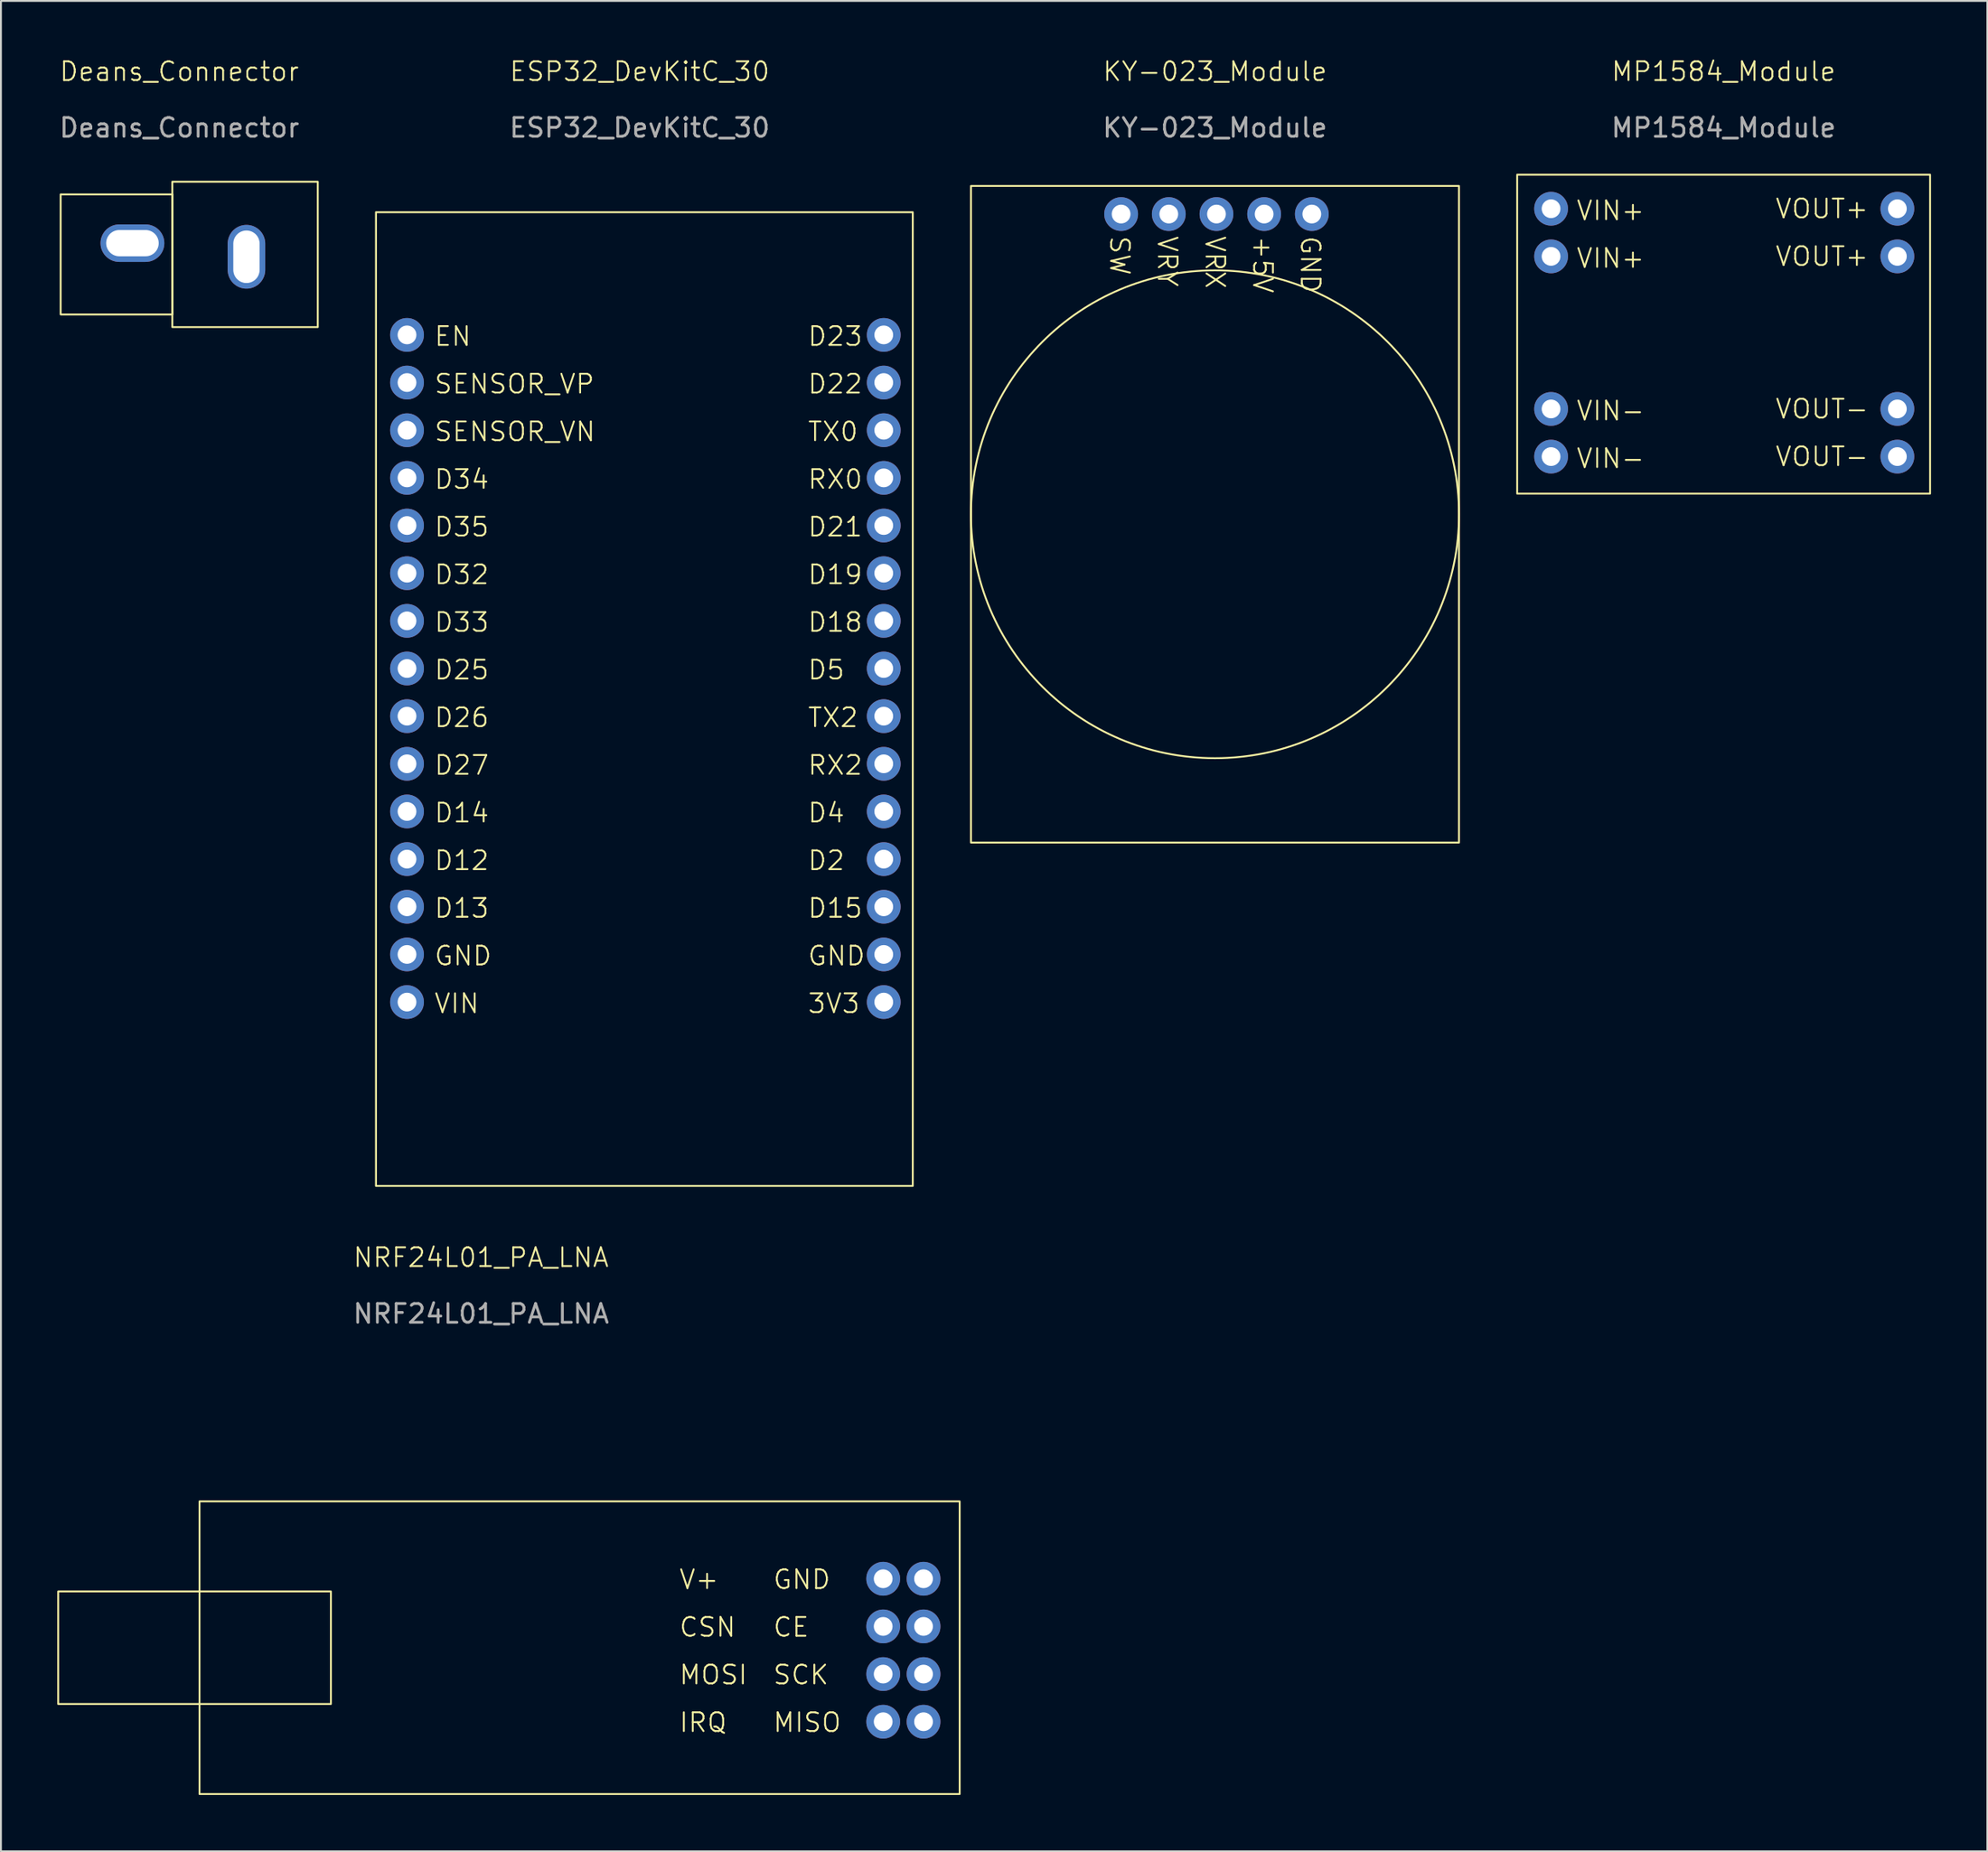
<source format=kicad_pcb>
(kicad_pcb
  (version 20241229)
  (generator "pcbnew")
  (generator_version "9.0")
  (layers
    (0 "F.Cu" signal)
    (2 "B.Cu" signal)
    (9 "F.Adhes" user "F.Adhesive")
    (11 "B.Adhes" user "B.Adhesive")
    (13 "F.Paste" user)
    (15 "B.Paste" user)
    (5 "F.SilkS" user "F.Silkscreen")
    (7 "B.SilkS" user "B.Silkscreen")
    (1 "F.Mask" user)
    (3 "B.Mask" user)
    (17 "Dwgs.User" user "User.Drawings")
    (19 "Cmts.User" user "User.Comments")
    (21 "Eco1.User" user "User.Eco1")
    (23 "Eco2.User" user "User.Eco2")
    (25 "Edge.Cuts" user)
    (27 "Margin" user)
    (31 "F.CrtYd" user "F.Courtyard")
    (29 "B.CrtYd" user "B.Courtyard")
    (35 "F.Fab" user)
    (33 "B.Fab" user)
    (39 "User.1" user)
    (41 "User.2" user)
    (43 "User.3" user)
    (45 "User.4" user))
  (footprint "MP1584_Module"
    (layer "F.Cu")
    (at 88.783 1.26)
    (property "Reference" "MP1584_Module" (at 0 -0.5 0) (unlocked yes) (layer "F.SilkS") (effects (font (size 1 1) (thickness 0.1))))
    (attr smd)
    (fp_rect (start -11 5) (end 11 22) (stroke (width 0.1) (type solid)) (fill no) (layer "F.SilkS"))
    (fp_text user "VIN-" (at -7.9 20.71 0) (unlocked yes) (layer "F.SilkS") (effects (font (size 1 1) (thickness 0.1)) (justify left bottom)))
    (fp_text user "VOUT-" (at 2.7 18.07 0) (unlocked yes) (layer "F.SilkS") (effects (font (size 1 1) (thickness 0.1)) (justify left bottom)))
    (fp_text user "VOUT+" (at 2.7 9.94 0) (unlocked yes) (layer "F.SilkS") (effects (font (size 1 1) (thickness 0.1)) (justify left bottom)))
    (fp_text user "VIN+" (at -7.9 7.5 0) (unlocked yes) (layer "F.SilkS") (effects (font (size 1 1) (thickness 0.1)) (justify left bottom)))
    (fp_text user "VIN+" (at -7.9 10.04 0) (unlocked yes) (layer "F.SilkS") (effects (font (size 1 1) (thickness 0.1)) (justify left bottom)))
    (fp_text user "VOUT+" (at 2.7 7.4 0) (unlocked yes) (layer "F.SilkS") (effects (font (size 1 1) (thickness 0.1)) (justify left bottom)))
    (fp_text user "VOUT-" (at 2.7 20.61 0) (unlocked yes) (layer "F.SilkS") (effects (font (size 1 1) (thickness 0.1)) (justify left bottom)))
    (fp_text user "VIN-" (at -7.9 18.17 0) (unlocked yes) (layer "F.SilkS") (effects (font (size 1 1) (thickness 0.1)) (justify left bottom)))
    (fp_text user "${REFERENCE}" (at 0 2.5 0) (unlocked yes) (layer "F.Fab") (effects (font (size 1 1) (thickness 0.15))))
    (pad "1" thru_hole circle (at -9.194 6.815) (size 1.8 1.8) (drill 1) (layers "*.Cu" "*.Mask"))
    (pad "2" thru_hole circle (at -9.194 9.355) (size 1.8 1.8) (drill 1) (layers "*.Cu" "*.Mask"))
    (pad "3" thru_hole circle (at -9.194 17.486) (size 1.8 1.8) (drill 1) (layers "*.Cu" "*.Mask"))
    (pad "4" thru_hole circle (at -9.194 20.026) (size 1.8 1.8) (drill 1) (layers "*.Cu" "*.Mask"))
    (pad "5" thru_hole circle (at 9.256 6.815) (size 1.8 1.8) (drill 1) (layers "*.Cu" "*.Mask"))
    (pad "6" thru_hole circle (at 9.256 9.355) (size 1.8 1.8) (drill 1) (layers "*.Cu" "*.Mask"))
    (pad "7" thru_hole circle (at 9.256 17.486) (size 1.8 1.8) (drill 1) (layers "*.Cu" "*.Mask"))
    (pad "8" thru_hole circle (at 9.256 20.026) (size 1.8 1.8) (drill 1) (layers "*.Cu" "*.Mask")))
  (footprint "ESP32_DevKitC_30"
    (layer "F.Cu")
    (at 31.031 1.26)
    (property "Reference" "ESP32_DevKitC_30" (at 0 -0.5 0) (unlocked yes) (layer "F.SilkS") (effects (font (size 1 1) (thickness 0.1))))
    (attr smd)
    (fp_rect (start -14.05 7) (end 14.55 58.9) (stroke (width 0.1) (type default)) (fill no) (layer "F.SilkS"))
    (fp_text user "D34" (at -11 21.82 0) (unlocked yes) (layer "F.SilkS") (effects (font (size 1 1) (thickness 0.1)) (justify left bottom)))
    (fp_text user "D19" (at 8.9 26.9 0) (unlocked yes) (layer "F.SilkS") (effects (font (size 1 1) (thickness 0.1)) (justify left bottom)))
    (fp_text user "D23" (at 8.9 14.2 0) (unlocked yes) (layer "F.SilkS") (effects (font (size 1 1) (thickness 0.1)) (justify left bottom)))
    (fp_text user "D26" (at -11 34.52 0) (unlocked yes) (layer "F.SilkS") (effects (font (size 1 1) (thickness 0.1)) (justify left bottom)))
    (fp_text user "D2" (at 8.9 42.14 0) (unlocked yes) (layer "F.SilkS") (effects (font (size 1 1) (thickness 0.1)) (justify left bottom)))
    (fp_text user "D33" (at -11 29.44 0) (unlocked yes) (layer "F.SilkS") (effects (font (size 1 1) (thickness 0.1)) (justify left bottom)))
    (fp_text user "RX0" (at 8.9 21.82 0) (unlocked yes) (layer "F.SilkS") (effects (font (size 1 1) (thickness 0.1)) (justify left bottom)))
    (fp_text user "D5" (at 8.9 31.98 0) (unlocked yes) (layer "F.SilkS") (effects (font (size 1 1) (thickness 0.1)) (justify left bottom)))
    (fp_text user "SENSOR_VN" (at -11 19.28 0) (unlocked yes) (layer "F.SilkS") (effects (font (size 1 1) (thickness 0.1)) (justify left bottom)))
    (fp_text user "GND" (at 8.9 47.22 0) (unlocked yes) (layer "F.SilkS") (effects (font (size 1 1) (thickness 0.1)) (justify left bottom)))
    (fp_text user "D27" (at -11 37.06 0) (unlocked yes) (layer "F.SilkS") (effects (font (size 1 1) (thickness 0.1)) (justify left bottom)))
    (fp_text user "D25" (at -11 31.98 0) (unlocked yes) (layer "F.SilkS") (effects (font (size 1 1) (thickness 0.1)) (justify left bottom)))
    (fp_text user "D4" (at 8.9 39.6 0) (unlocked yes) (layer "F.SilkS") (effects (font (size 1 1) (thickness 0.1)) (justify left bottom)))
    (fp_text user "VIN" (at -11 49.76 0) (unlocked yes) (layer "F.SilkS") (effects (font (size 1 1) (thickness 0.1)) (justify left bottom)))
    (fp_text user "TX0" (at 8.9 19.28 0) (unlocked yes) (layer "F.SilkS") (effects (font (size 1 1) (thickness 0.1)) (justify left bottom)))
    (fp_text user "TX2" (at 8.9 34.52 0) (unlocked yes) (layer "F.SilkS") (effects (font (size 1 1) (thickness 0.1)) (justify left bottom)))
    (fp_text user "D14" (at -11 39.6 0) (unlocked yes) (layer "F.SilkS") (effects (font (size 1 1) (thickness 0.1)) (justify left bottom)))
    (fp_text user "RX2" (at 8.9 37.06 0) (unlocked yes) (layer "F.SilkS") (effects (font (size 1 1) (thickness 0.1)) (justify left bottom)))
    (fp_text user "D35" (at -11 24.36 0) (unlocked yes) (layer "F.SilkS") (effects (font (size 1 1) (thickness 0.1)) (justify left bottom)))
    (fp_text user "3V3" (at 8.9 49.76 0) (unlocked yes) (layer "F.SilkS") (effects (font (size 1 1) (thickness 0.1)) (justify left bottom)))
    (fp_text user "D32" (at -11 26.9 0) (unlocked yes) (layer "F.SilkS") (effects (font (size 1 1) (thickness 0.1)) (justify left bottom)))
    (fp_text user "D15" (at 8.9 44.68 0) (unlocked yes) (layer "F.SilkS") (effects (font (size 1 1) (thickness 0.1)) (justify left bottom)))
    (fp_text user "D13" (at -11 44.68 0) (unlocked yes) (layer "F.SilkS") (effects (font (size 1 1) (thickness 0.1)) (justify left bottom)))
    (fp_text user "D12" (at -11 42.14 0) (unlocked yes) (layer "F.SilkS") (effects (font (size 1 1) (thickness 0.1)) (justify left bottom)))
    (fp_text user "D22" (at 8.9 16.74 0) (unlocked yes) (layer "F.SilkS") (effects (font (size 1 1) (thickness 0.1)) (justify left bottom)))
    (fp_text user "D18" (at 8.9 29.44 0) (unlocked yes) (layer "F.SilkS") (effects (font (size 1 1) (thickness 0.1)) (justify left bottom)))
    (fp_text user "EN" (at -11 14.2 0) (unlocked yes) (layer "F.SilkS") (effects (font (size 1 1) (thickness 0.1)) (justify left bottom)))
    (fp_text user "SENSOR_VP" (at -11 16.74 0) (unlocked yes) (layer "F.SilkS") (effects (font (size 1 1) (thickness 0.1)) (justify left bottom)))
    (fp_text user "D21" (at 8.9 24.36 0) (unlocked yes) (layer "F.SilkS") (effects (font (size 1 1) (thickness 0.1)) (justify left bottom)))
    (fp_text user "GND" (at -11 47.22 0) (unlocked yes) (layer "F.SilkS") (effects (font (size 1 1) (thickness 0.1)) (justify left bottom)))
    (fp_text user "${REFERENCE}" (at 0 2.5 0) (unlocked yes) (layer "F.Fab") (effects (font (size 1 1) (thickness 0.15))))
    (pad "1" thru_hole circle (at -12.396 13.54) (size 1.8 1.8) (drill 1) (layers "*.Cu" "*.Mask"))
    (pad "2" thru_hole circle (at -12.396 16.08) (size 1.8 1.8) (drill 1) (layers "*.Cu" "*.Mask"))
    (pad "3" thru_hole circle (at -12.396 18.62) (size 1.8 1.8) (drill 1) (layers "*.Cu" "*.Mask"))
    (pad "4" thru_hole circle (at -12.396 21.16) (size 1.8 1.8) (drill 1) (layers "*.Cu" "*.Mask"))
    (pad "5" thru_hole circle (at -12.396 23.7) (size 1.8 1.8) (drill 1) (layers "*.Cu" "*.Mask"))
    (pad "6" thru_hole circle (at -12.396 26.24) (size 1.8 1.8) (drill 1) (layers "*.Cu" "*.Mask"))
    (pad "7" thru_hole circle (at -12.396 28.78) (size 1.8 1.8) (drill 1) (layers "*.Cu" "*.Mask"))
    (pad "8" thru_hole circle (at -12.396 31.32) (size 1.8 1.8) (drill 1) (layers "*.Cu" "*.Mask"))
    (pad "9" thru_hole circle (at -12.396 33.86) (size 1.8 1.8) (drill 1) (layers "*.Cu" "*.Mask"))
    (pad "10" thru_hole circle (at -12.396 36.4) (size 1.8 1.8) (drill 1) (layers "*.Cu" "*.Mask"))
    (pad "11" thru_hole circle (at -12.396 38.94) (size 1.8 1.8) (drill 1) (layers "*.Cu" "*.Mask"))
    (pad "12" thru_hole circle (at -12.396 41.48) (size 1.8 1.8) (drill 1) (layers "*.Cu" "*.Mask"))
    (pad "13" thru_hole circle (at -12.396 44.02) (size 1.8 1.8) (drill 1) (layers "*.Cu" "*.Mask"))
    (pad "14" thru_hole circle (at -12.396 46.56) (size 1.8 1.8) (drill 1) (layers "*.Cu" "*.Mask"))
    (pad "15" thru_hole circle (at -12.396 49.1) (size 1.8 1.8) (drill 1) (layers "*.Cu" "*.Mask"))
    (pad "16" thru_hole circle (at 13.004 13.54) (size 1.8 1.8) (drill 1) (layers "*.Cu" "*.Mask"))
    (pad "17" thru_hole circle (at 13.004 16.08) (size 1.8 1.8) (drill 1) (layers "*.Cu" "*.Mask"))
    (pad "18" thru_hole circle (at 13.004 18.62) (size 1.8 1.8) (drill 1) (layers "*.Cu" "*.Mask"))
    (pad "19" thru_hole circle (at 13.004 21.16) (size 1.8 1.8) (drill 1) (layers "*.Cu" "*.Mask"))
    (pad "20" thru_hole circle (at 13.004 23.7) (size 1.8 1.8) (drill 1) (layers "*.Cu" "*.Mask"))
    (pad "21" thru_hole circle (at 13.004 26.24) (size 1.8 1.8) (drill 1) (layers "*.Cu" "*.Mask"))
    (pad "22" thru_hole circle (at 13.004 28.78) (size 1.8 1.8) (drill 1) (layers "*.Cu" "*.Mask"))
    (pad "23" thru_hole circle (at 13.004 31.32) (size 1.8 1.8) (drill 1) (layers "*.Cu" "*.Mask"))
    (pad "24" thru_hole circle (at 13.004 33.86) (size 1.8 1.8) (drill 1) (layers "*.Cu" "*.Mask"))
    (pad "25" thru_hole circle (at 13.004 36.4) (size 1.8 1.8) (drill 1) (layers "*.Cu" "*.Mask"))
    (pad "26" thru_hole circle (at 13.004 38.94) (size 1.8 1.8) (drill 1) (layers "*.Cu" "*.Mask"))
    (pad "27" thru_hole circle (at 13.004 41.48) (size 1.8 1.8) (drill 1) (layers "*.Cu" "*.Mask"))
    (pad "28" thru_hole circle (at 13.004 44.02) (size 1.8 1.8) (drill 1) (layers "*.Cu" "*.Mask"))
    (pad "29" thru_hole circle (at 13.004 46.56) (size 1.8 1.8) (drill 1) (layers "*.Cu" "*.Mask"))
    (pad "30" thru_hole circle (at 13.004 49.1) (size 1.8 1.8) (drill 1) (layers "*.Cu" "*.Mask")))
  (footprint "Deans_Connector"
    (layer "F.Cu")
    (at 6.506 1.26)
    (property "Reference" "Deans_Connector" (at 0 -0.5 0) (unlocked yes) (layer "F.SilkS") (effects (font (size 1 1) (thickness 0.1))))
    (attr smd)
    (fp_rect (start -6.325 6.05) (end -0.375 12.45) (stroke (width 0.1) (type default)) (fill no) (layer "F.SilkS"))
    (fp_rect (start -0.375 5.375) (end 7.375 13.125) (stroke (width 0.1) (type default)) (fill no) (layer "F.SilkS"))
    (fp_text user "${REFERENCE}" (at 0 2.5 0) (unlocked yes) (layer "F.Fab") (effects (font (size 1 1) (thickness 0.15))))
    (pad "1" thru_hole oval (at 3.575 9.375 90) (size 3.4 2) (drill oval 2.8 1.4) (layers "*.Cu" "*.Mask"))
    (pad "2" thru_hole oval (at -2.5 8.65) (size 3.4 2) (drill oval 2.8 1.4) (layers "*.Cu" "*.Mask")))
  (footprint "NRF24L01_PA_LNA"
    (layer "F.Cu")
    (at 22.58 64.471)
    (property "Reference" "NRF24L01_PA_LNA" (at 0 -0.5 0) (unlocked yes) (layer "F.SilkS") (effects (font (size 1 1) (thickness 0.1))))
    (attr smd)
    (fp_rect (start -22.53 17.3) (end -8 23.3) (stroke (width 0.1) (type default)) (fill no) (layer "F.SilkS"))
    (fp_rect (start -15 12.5) (end 25.5 28.1) (stroke (width 0.1) (type default)) (fill no) (layer "F.SilkS"))
    (fp_text user "SCK" (at 15.5 22.33 0) (unlocked yes) (layer "F.SilkS") (effects (font (size 1 1) (thickness 0.1)) (justify left bottom)))
    (fp_text user "GND" (at 15.5 17.25 0) (unlocked yes) (layer "F.SilkS") (effects (font (size 1 1) (thickness 0.1)) (justify left bottom)))
    (fp_text user "V+" (at 10.5 17.25 0) (unlocked yes) (layer "F.SilkS") (effects (font (size 1 1) (thickness 0.1)) (justify left bottom)))
    (fp_text user "IRQ" (at 10.5 24.87 0) (unlocked yes) (layer "F.SilkS") (effects (font (size 1 1) (thickness 0.1)) (justify left bottom)))
    (fp_text user "CE" (at 15.5 19.79 0) (unlocked yes) (layer "F.SilkS") (effects (font (size 1 1) (thickness 0.1)) (justify left bottom)))
    (fp_text user "CSN" (at 10.5 19.79 0) (unlocked yes) (layer "F.SilkS") (effects (font (size 1 1) (thickness 0.1)) (justify left bottom)))
    (fp_text user "MOSI" (at 10.5 22.33 0) (unlocked yes) (layer "F.SilkS") (effects (font (size 1 1) (thickness 0.1)) (justify left bottom)))
    (fp_text user "MISO" (at 15.5 24.87 0) (unlocked yes) (layer "F.SilkS") (effects (font (size 1 1) (thickness 0.1)) (justify left bottom)))
    (fp_text user "${REFERENCE}" (at 0 2.5 0) (unlocked yes) (layer "F.Fab") (effects (font (size 1 1) (thickness 0.15))))
    (pad "1" thru_hole circle (at 21.425 16.625) (size 1.8 1.8) (drill 1) (layers "*.Cu" "*.Mask"))
    (pad "2" thru_hole circle (at 21.425 19.165) (size 1.8 1.8) (drill 1) (layers "*.Cu" "*.Mask"))
    (pad "3" thru_hole circle (at 21.425 21.705) (size 1.8 1.8) (drill 1) (layers "*.Cu" "*.Mask"))
    (pad "4" thru_hole circle (at 21.425 24.245) (size 1.8 1.8) (drill 1) (layers "*.Cu" "*.Mask"))
    (pad "5" thru_hole circle (at 23.575 16.625) (size 1.8 1.8) (drill 1) (layers "*.Cu" "*.Mask"))
    (pad "6" thru_hole circle (at 23.575 19.165) (size 1.8 1.8) (drill 1) (layers "*.Cu" "*.Mask"))
    (pad "7" thru_hole circle (at 23.575 21.705) (size 1.8 1.8) (drill 1) (layers "*.Cu" "*.Mask"))
    (pad "8" thru_hole circle (at 23.575 24.245) (size 1.8 1.8) (drill 1) (layers "*.Cu" "*.Mask")))
  (footprint "KY-023_Module"
    (layer "F.Cu")
    (at 61.682 1.26)
    (property "Reference" "KY-023_Module" (at 0 -0.5 0) (unlocked yes) (layer "F.SilkS") (effects (font (size 1 1) (thickness 0.1))))
    (attr smd)
    (fp_rect (start -13 5.6) (end 13 40.6) (stroke (width 0.1) (type default)) (fill no) (layer "F.SilkS"))
    (fp_circle (center 0 23.1) (end 9.75 14.5) (stroke (width 0.1) (type default)) (fill no) (layer "F.SilkS"))
    (fp_text user "GND" (at 4.5 8.2 270) (unlocked yes) (layer "F.SilkS") (effects (font (size 1 1) (thickness 0.1)) (justify left bottom)))
    (fp_text user "VRY" (at -3.12 8.2 270) (unlocked yes) (layer "F.SilkS") (effects (font (size 1 1) (thickness 0.1)) (justify left bottom)))
    (fp_text user "+5V" (at 1.96 8.2 270) (unlocked yes) (layer "F.SilkS") (effects (font (size 1 1) (thickness 0.1)) (justify left bottom)))
    (fp_text user "SW" (at -5.66 8.2 270) (unlocked yes) (layer "F.SilkS") (effects (font (size 1 1) (thickness 0.1)) (justify left bottom)))
    (fp_text user "VRX" (at -0.58 8.2 270) (unlocked yes) (layer "F.SilkS") (effects (font (size 1 1) (thickness 0.1)) (justify left bottom)))
    (fp_text user "${REFERENCE}" (at 0 2.5 0) (unlocked yes) (layer "F.Fab") (effects (font (size 1 1) (thickness 0.15))))
    (pad "1" thru_hole circle (at 5.16 7.1) (size 1.8 1.8) (drill 1) (layers "*.Cu" "*.Mask"))
    (pad "2" thru_hole circle (at 2.62 7.1) (size 1.8 1.8) (drill 1) (layers "*.Cu" "*.Mask"))
    (pad "3" thru_hole circle (at 0.08 7.1) (size 1.8 1.8) (drill 1) (layers "*.Cu" "*.Mask"))
    (pad "4" thru_hole circle (at -2.46 7.1) (size 1.8 1.8) (drill 1) (layers "*.Cu" "*.Mask"))
    (pad "5" thru_hole circle (at -5 7.1) (size 1.8 1.8) (drill 1) (layers "*.Cu" "*.Mask")))
  (gr_rect
    (start -3 -3)
    (end 102.833 95.621)
    (stroke (width 0.1) (type default))
    (fill no)
    (layer "Edge.Cuts")))
</source>
